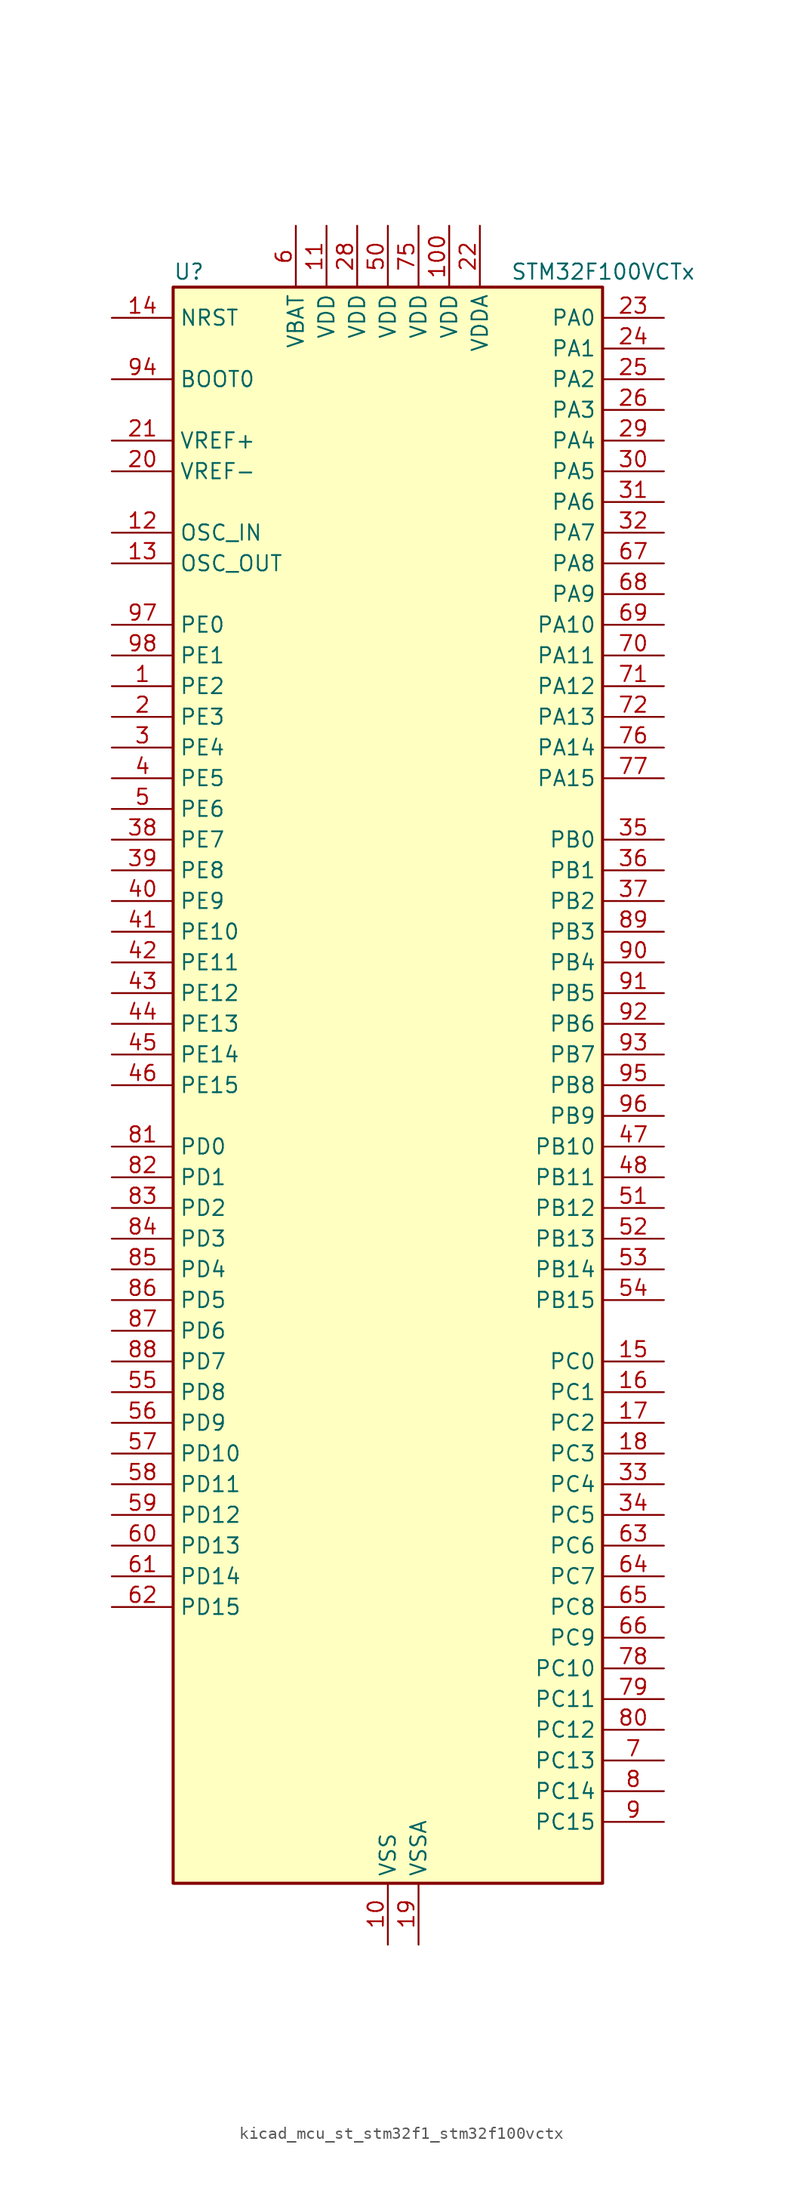
<source format=kicad_sym>
(kicad_symbol_lib
  (version 20220914)
  (generator kicad_symbol_editor)
  (symbol "kicad_mcu_st_stm32f1_stm32f100vctx"
    (property "Reference" "U"
      (at -17.78 67.31 0)
      (effects (font (size 1.27 1.27)) (justify left)))
    (property "Value" "STM32F100VCTx"
      (at 10.16 67.31 0)
      (effects (font (size 1.27 1.27)) (justify left)))
    (property "ki_locked" ""
      (at 0 0 0)
      (effects (font (size 1.27 1.27))))
    (symbol "kicad_mcu_st_stm32f1_stm32f100vctx_0_1"
      (rectangle (start -17.78 -66.04) (end 17.78 66.04) (stroke (width 0.254) (type default)) (fill (type background))))
    (symbol "kicad_mcu_st_stm32f1_stm32f100vctx_1_1"
      (pin bidirectional line (at -22.86 33.02 0) (length 5.08) (name "PE2" (effects (font (size 1.27 1.27)))) (number "1" (effects (font (size 1.27 1.27)))) (alternate "FSMC_A23" bidirectional line) (alternate "SYS_TRACECLK" bidirectional line))
      (pin power_in line (at 0 -71.12 90) (length 5.08) (name "VSS" (effects (font (size 1.27 1.27)))) (number "10" (effects (font (size 1.27 1.27)))))
      (pin power_in line (at 5.08 71.12 270) (length 5.08) (name "VDD" (effects (font (size 1.27 1.27)))) (number "100" (effects (font (size 1.27 1.27)))))
      (pin power_in line (at -5.08 71.12 270) (length 5.08) (name "VDD" (effects (font (size 1.27 1.27)))) (number "11" (effects (font (size 1.27 1.27)))))
      (pin input line (at -22.86 45.72 0) (length 5.08) (name "OSC_IN" (effects (font (size 1.27 1.27)))) (number "12" (effects (font (size 1.27 1.27)))) (alternate "RCC_OSC_IN" bidirectional line))
      (pin input line (at -22.86 43.18 0) (length 5.08) (name "OSC_OUT" (effects (font (size 1.27 1.27)))) (number "13" (effects (font (size 1.27 1.27)))) (alternate "RCC_OSC_OUT" bidirectional line))
      (pin input line (at -22.86 63.5 0) (length 5.08) (name "NRST" (effects (font (size 1.27 1.27)))) (number "14" (effects (font (size 1.27 1.27)))))
      (pin bidirectional line (at 22.86 -22.86 180) (length 5.08) (name "PC0" (effects (font (size 1.27 1.27)))) (number "15" (effects (font (size 1.27 1.27)))) (alternate "ADC1_IN10" bidirectional line))
      (pin bidirectional line (at 22.86 -25.4 180) (length 5.08) (name "PC1" (effects (font (size 1.27 1.27)))) (number "16" (effects (font (size 1.27 1.27)))) (alternate "ADC1_IN11" bidirectional line))
      (pin bidirectional line (at 22.86 -27.94 180) (length 5.08) (name "PC2" (effects (font (size 1.27 1.27)))) (number "17" (effects (font (size 1.27 1.27)))) (alternate "ADC1_IN12" bidirectional line))
      (pin bidirectional line (at 22.86 -30.48 180) (length 5.08) (name "PC3" (effects (font (size 1.27 1.27)))) (number "18" (effects (font (size 1.27 1.27)))) (alternate "ADC1_IN13" bidirectional line))
      (pin power_in line (at 2.54 -71.12 90) (length 5.08) (name "VSSA" (effects (font (size 1.27 1.27)))) (number "19" (effects (font (size 1.27 1.27)))))
      (pin bidirectional line (at -22.86 30.48 0) (length 5.08) (name "PE3" (effects (font (size 1.27 1.27)))) (number "2" (effects (font (size 1.27 1.27)))) (alternate "FSMC_A19" bidirectional line) (alternate "SYS_TRACED0" bidirectional line))
      (pin input line (at -22.86 50.8 0) (length 5.08) (name "VREF-" (effects (font (size 1.27 1.27)))) (number "20" (effects (font (size 1.27 1.27)))))
      (pin input line (at -22.86 53.34 0) (length 5.08) (name "VREF+" (effects (font (size 1.27 1.27)))) (number "21" (effects (font (size 1.27 1.27)))))
      (pin power_in line (at 7.62 71.12 270) (length 5.08) (name "VDDA" (effects (font (size 1.27 1.27)))) (number "22" (effects (font (size 1.27 1.27)))))
      (pin bidirectional line (at 22.86 63.5 180) (length 5.08) (name "PA0" (effects (font (size 1.27 1.27)))) (number "23" (effects (font (size 1.27 1.27)))) (alternate "ADC1_IN0" bidirectional line) (alternate "SYS_WKUP" bidirectional line) (alternate "TIM2_CH1" bidirectional line) (alternate "TIM2_ETR" bidirectional line) (alternate "TIM5_CH1" bidirectional line) (alternate "USART2_CTS" bidirectional line))
      (pin bidirectional line (at 22.86 60.96 180) (length 5.08) (name "PA1" (effects (font (size 1.27 1.27)))) (number "24" (effects (font (size 1.27 1.27)))) (alternate "ADC1_IN1" bidirectional line) (alternate "TIM2_CH2" bidirectional line) (alternate "TIM5_CH2" bidirectional line) (alternate "USART2_RTS" bidirectional line))
      (pin bidirectional line (at 22.86 58.42 180) (length 5.08) (name "PA2" (effects (font (size 1.27 1.27)))) (number "25" (effects (font (size 1.27 1.27)))) (alternate "ADC1_IN2" bidirectional line) (alternate "TIM15_CH1" bidirectional line) (alternate "TIM2_CH3" bidirectional line) (alternate "TIM5_CH3" bidirectional line) (alternate "USART2_TX" bidirectional line))
      (pin bidirectional line (at 22.86 55.88 180) (length 5.08) (name "PA3" (effects (font (size 1.27 1.27)))) (number "26" (effects (font (size 1.27 1.27)))) (alternate "ADC1_IN3" bidirectional line) (alternate "TIM15_CH2" bidirectional line) (alternate "TIM2_CH4" bidirectional line) (alternate "TIM5_CH4" bidirectional line) (alternate "USART2_RX" bidirectional line))
      (pin passive line (at 0 -71.12 90) (length 5.08) hide (name "VSS" (effects (font (size 1.27 1.27)))) (number "27" (effects (font (size 1.27 1.27)))))
      (pin power_in line (at -2.54 71.12 270) (length 5.08) (name "VDD" (effects (font (size 1.27 1.27)))) (number "28" (effects (font (size 1.27 1.27)))))
      (pin bidirectional line (at 22.86 53.34 180) (length 5.08) (name "PA4" (effects (font (size 1.27 1.27)))) (number "29" (effects (font (size 1.27 1.27)))) (alternate "ADC1_IN4" bidirectional line) (alternate "DAC_OUT1" bidirectional line) (alternate "SPI1_NSS" bidirectional line) (alternate "USART2_CK" bidirectional line))
      (pin bidirectional line (at -22.86 27.94 0) (length 5.08) (name "PE4" (effects (font (size 1.27 1.27)))) (number "3" (effects (font (size 1.27 1.27)))) (alternate "FSMC_A20" bidirectional line) (alternate "SYS_TRACED1" bidirectional line))
      (pin bidirectional line (at 22.86 50.8 180) (length 5.08) (name "PA5" (effects (font (size 1.27 1.27)))) (number "30" (effects (font (size 1.27 1.27)))) (alternate "ADC1_IN5" bidirectional line) (alternate "DAC_OUT2" bidirectional line) (alternate "SPI1_SCK" bidirectional line))
      (pin bidirectional line (at 22.86 48.26 180) (length 5.08) (name "PA6" (effects (font (size 1.27 1.27)))) (number "31" (effects (font (size 1.27 1.27)))) (alternate "ADC1_IN6" bidirectional line) (alternate "SPI1_MISO" bidirectional line) (alternate "TIM16_CH1" bidirectional line) (alternate "TIM1_BKIN" bidirectional line) (alternate "TIM3_CH1" bidirectional line))
      (pin bidirectional line (at 22.86 45.72 180) (length 5.08) (name "PA7" (effects (font (size 1.27 1.27)))) (number "32" (effects (font (size 1.27 1.27)))) (alternate "ADC1_IN7" bidirectional line) (alternate "SPI1_MOSI" bidirectional line) (alternate "TIM17_CH1" bidirectional line) (alternate "TIM1_CH1N" bidirectional line) (alternate "TIM3_CH2" bidirectional line))
      (pin bidirectional line (at 22.86 -33.02 180) (length 5.08) (name "PC4" (effects (font (size 1.27 1.27)))) (number "33" (effects (font (size 1.27 1.27)))) (alternate "ADC1_IN14" bidirectional line) (alternate "TIM12_CH1" bidirectional line))
      (pin bidirectional line (at 22.86 -35.56 180) (length 5.08) (name "PC5" (effects (font (size 1.27 1.27)))) (number "34" (effects (font (size 1.27 1.27)))) (alternate "ADC1_IN15" bidirectional line) (alternate "TIM12_CH2" bidirectional line))
      (pin bidirectional line (at 22.86 20.32 180) (length 5.08) (name "PB0" (effects (font (size 1.27 1.27)))) (number "35" (effects (font (size 1.27 1.27)))) (alternate "ADC1_IN8" bidirectional line) (alternate "TIM13_CH1" bidirectional line) (alternate "TIM1_CH2N" bidirectional line) (alternate "TIM3_CH3" bidirectional line))
      (pin bidirectional line (at 22.86 17.78 180) (length 5.08) (name "PB1" (effects (font (size 1.27 1.27)))) (number "36" (effects (font (size 1.27 1.27)))) (alternate "ADC1_IN9" bidirectional line) (alternate "TIM14_CH1" bidirectional line) (alternate "TIM1_CH3N" bidirectional line) (alternate "TIM3_CH4" bidirectional line))
      (pin bidirectional line (at 22.86 15.24 180) (length 5.08) (name "PB2" (effects (font (size 1.27 1.27)))) (number "37" (effects (font (size 1.27 1.27)))))
      (pin bidirectional line (at -22.86 20.32 0) (length 5.08) (name "PE7" (effects (font (size 1.27 1.27)))) (number "38" (effects (font (size 1.27 1.27)))) (alternate "FSMC_D4" bidirectional line) (alternate "FSMC_DA4" bidirectional line) (alternate "TIM1_ETR" bidirectional line))
      (pin bidirectional line (at -22.86 17.78 0) (length 5.08) (name "PE8" (effects (font (size 1.27 1.27)))) (number "39" (effects (font (size 1.27 1.27)))) (alternate "FSMC_D5" bidirectional line) (alternate "FSMC_DA5" bidirectional line) (alternate "TIM1_CH1N" bidirectional line))
      (pin bidirectional line (at -22.86 25.4 0) (length 5.08) (name "PE5" (effects (font (size 1.27 1.27)))) (number "4" (effects (font (size 1.27 1.27)))) (alternate "FSMC_A21" bidirectional line) (alternate "SYS_TRACED2" bidirectional line))
      (pin bidirectional line (at -22.86 15.24 0) (length 5.08) (name "PE9" (effects (font (size 1.27 1.27)))) (number "40" (effects (font (size 1.27 1.27)))) (alternate "DAC_EXTI9" bidirectional line) (alternate "FSMC_D6" bidirectional line) (alternate "FSMC_DA6" bidirectional line) (alternate "TIM1_CH1" bidirectional line))
      (pin bidirectional line (at -22.86 12.7 0) (length 5.08) (name "PE10" (effects (font (size 1.27 1.27)))) (number "41" (effects (font (size 1.27 1.27)))) (alternate "FSMC_D7" bidirectional line) (alternate "FSMC_DA7" bidirectional line) (alternate "TIM1_CH2N" bidirectional line))
      (pin bidirectional line (at -22.86 10.16 0) (length 5.08) (name "PE11" (effects (font (size 1.27 1.27)))) (number "42" (effects (font (size 1.27 1.27)))) (alternate "ADC1_EXTI11" bidirectional line) (alternate "FSMC_D8" bidirectional line) (alternate "FSMC_DA8" bidirectional line) (alternate "TIM1_CH2" bidirectional line))
      (pin bidirectional line (at -22.86 7.62 0) (length 5.08) (name "PE12" (effects (font (size 1.27 1.27)))) (number "43" (effects (font (size 1.27 1.27)))) (alternate "FSMC_D9" bidirectional line) (alternate "FSMC_DA9" bidirectional line) (alternate "TIM1_CH3N" bidirectional line))
      (pin bidirectional line (at -22.86 5.08 0) (length 5.08) (name "PE13" (effects (font (size 1.27 1.27)))) (number "44" (effects (font (size 1.27 1.27)))) (alternate "FSMC_D10" bidirectional line) (alternate "FSMC_DA10" bidirectional line) (alternate "TIM1_CH3" bidirectional line))
      (pin bidirectional line (at -22.86 2.54 0) (length 5.08) (name "PE14" (effects (font (size 1.27 1.27)))) (number "45" (effects (font (size 1.27 1.27)))) (alternate "FSMC_D11" bidirectional line) (alternate "FSMC_DA11" bidirectional line) (alternate "TIM1_CH4" bidirectional line))
      (pin bidirectional line (at -22.86 0 0) (length 5.08) (name "PE15" (effects (font (size 1.27 1.27)))) (number "46" (effects (font (size 1.27 1.27)))) (alternate "ADC1_EXTI15" bidirectional line) (alternate "FSMC_D12" bidirectional line) (alternate "FSMC_DA12" bidirectional line) (alternate "TIM1_BKIN" bidirectional line))
      (pin bidirectional line (at 22.86 -5.08 180) (length 5.08) (name "PB10" (effects (font (size 1.27 1.27)))) (number "47" (effects (font (size 1.27 1.27)))) (alternate "CEC" bidirectional line) (alternate "I2C2_SCL" bidirectional line) (alternate "TIM2_CH3" bidirectional line) (alternate "USART3_TX" bidirectional line))
      (pin bidirectional line (at 22.86 -7.62 180) (length 5.08) (name "PB11" (effects (font (size 1.27 1.27)))) (number "48" (effects (font (size 1.27 1.27)))) (alternate "ADC1_EXTI11" bidirectional line) (alternate "I2C2_SDA" bidirectional line) (alternate "TIM2_CH4" bidirectional line) (alternate "USART3_RX" bidirectional line))
      (pin passive line (at 0 -71.12 90) (length 5.08) hide (name "VSS" (effects (font (size 1.27 1.27)))) (number "49" (effects (font (size 1.27 1.27)))))
      (pin bidirectional line (at -22.86 22.86 0) (length 5.08) (name "PE6" (effects (font (size 1.27 1.27)))) (number "5" (effects (font (size 1.27 1.27)))) (alternate "FSMC_A22" bidirectional line) (alternate "SYS_TRACED3" bidirectional line))
      (pin power_in line (at 0 71.12 270) (length 5.08) (name "VDD" (effects (font (size 1.27 1.27)))) (number "50" (effects (font (size 1.27 1.27)))))
      (pin bidirectional line (at 22.86 -10.16 180) (length 5.08) (name "PB12" (effects (font (size 1.27 1.27)))) (number "51" (effects (font (size 1.27 1.27)))) (alternate "I2C2_SMBA" bidirectional line) (alternate "SPI2_NSS" bidirectional line) (alternate "TIM12_CH1" bidirectional line) (alternate "TIM1_BKIN" bidirectional line) (alternate "USART3_CK" bidirectional line))
      (pin bidirectional line (at 22.86 -12.7 180) (length 5.08) (name "PB13" (effects (font (size 1.27 1.27)))) (number "52" (effects (font (size 1.27 1.27)))) (alternate "SPI2_SCK" bidirectional line) (alternate "TIM12_CH2" bidirectional line) (alternate "TIM1_CH1N" bidirectional line) (alternate "USART3_CTS" bidirectional line))
      (pin bidirectional line (at 22.86 -15.24 180) (length 5.08) (name "PB14" (effects (font (size 1.27 1.27)))) (number "53" (effects (font (size 1.27 1.27)))) (alternate "SPI2_MISO" bidirectional line) (alternate "TIM15_CH1" bidirectional line) (alternate "TIM1_CH2N" bidirectional line) (alternate "USART3_RTS" bidirectional line))
      (pin bidirectional line (at 22.86 -17.78 180) (length 5.08) (name "PB15" (effects (font (size 1.27 1.27)))) (number "54" (effects (font (size 1.27 1.27)))) (alternate "ADC1_EXTI15" bidirectional line) (alternate "SPI2_MOSI" bidirectional line) (alternate "TIM15_CH1N" bidirectional line) (alternate "TIM15_CH2" bidirectional line) (alternate "TIM1_CH3N" bidirectional line))
      (pin bidirectional line (at -22.86 -25.4 0) (length 5.08) (name "PD8" (effects (font (size 1.27 1.27)))) (number "55" (effects (font (size 1.27 1.27)))) (alternate "FSMC_D13" bidirectional line) (alternate "FSMC_DA13" bidirectional line) (alternate "USART3_TX" bidirectional line))
      (pin bidirectional line (at -22.86 -27.94 0) (length 5.08) (name "PD9" (effects (font (size 1.27 1.27)))) (number "56" (effects (font (size 1.27 1.27)))) (alternate "DAC_EXTI9" bidirectional line) (alternate "FSMC_D14" bidirectional line) (alternate "FSMC_DA14" bidirectional line) (alternate "USART3_RX" bidirectional line))
      (pin bidirectional line (at -22.86 -30.48 0) (length 5.08) (name "PD10" (effects (font (size 1.27 1.27)))) (number "57" (effects (font (size 1.27 1.27)))) (alternate "FSMC_D15" bidirectional line) (alternate "FSMC_DA15" bidirectional line) (alternate "USART3_CK" bidirectional line))
      (pin bidirectional line (at -22.86 -33.02 0) (length 5.08) (name "PD11" (effects (font (size 1.27 1.27)))) (number "58" (effects (font (size 1.27 1.27)))) (alternate "ADC1_EXTI11" bidirectional line) (alternate "FSMC_A16" bidirectional line) (alternate "USART3_CTS" bidirectional line))
      (pin bidirectional line (at -22.86 -35.56 0) (length 5.08) (name "PD12" (effects (font (size 1.27 1.27)))) (number "59" (effects (font (size 1.27 1.27)))) (alternate "FSMC_A17" bidirectional line) (alternate "TIM4_CH1" bidirectional line) (alternate "USART3_RTS" bidirectional line))
      (pin power_in line (at -7.62 71.12 270) (length 5.08) (name "VBAT" (effects (font (size 1.27 1.27)))) (number "6" (effects (font (size 1.27 1.27)))))
      (pin bidirectional line (at -22.86 -38.1 0) (length 5.08) (name "PD13" (effects (font (size 1.27 1.27)))) (number "60" (effects (font (size 1.27 1.27)))) (alternate "FSMC_A18" bidirectional line) (alternate "TIM4_CH2" bidirectional line))
      (pin bidirectional line (at -22.86 -40.64 0) (length 5.08) (name "PD14" (effects (font (size 1.27 1.27)))) (number "61" (effects (font (size 1.27 1.27)))) (alternate "FSMC_D0" bidirectional line) (alternate "FSMC_DA0" bidirectional line) (alternate "TIM4_CH3" bidirectional line))
      (pin bidirectional line (at -22.86 -43.18 0) (length 5.08) (name "PD15" (effects (font (size 1.27 1.27)))) (number "62" (effects (font (size 1.27 1.27)))) (alternate "ADC1_EXTI15" bidirectional line) (alternate "FSMC_D1" bidirectional line) (alternate "FSMC_DA1" bidirectional line) (alternate "TIM4_CH4" bidirectional line))
      (pin bidirectional line (at 22.86 -38.1 180) (length 5.08) (name "PC6" (effects (font (size 1.27 1.27)))) (number "63" (effects (font (size 1.27 1.27)))) (alternate "TIM3_CH1" bidirectional line))
      (pin bidirectional line (at 22.86 -40.64 180) (length 5.08) (name "PC7" (effects (font (size 1.27 1.27)))) (number "64" (effects (font (size 1.27 1.27)))) (alternate "TIM3_CH2" bidirectional line))
      (pin bidirectional line (at 22.86 -43.18 180) (length 5.08) (name "PC8" (effects (font (size 1.27 1.27)))) (number "65" (effects (font (size 1.27 1.27)))) (alternate "TIM13_CH1" bidirectional line) (alternate "TIM3_CH3" bidirectional line))
      (pin bidirectional line (at 22.86 -45.72 180) (length 5.08) (name "PC9" (effects (font (size 1.27 1.27)))) (number "66" (effects (font (size 1.27 1.27)))) (alternate "DAC_EXTI9" bidirectional line) (alternate "TIM14_CH1" bidirectional line) (alternate "TIM3_CH4" bidirectional line))
      (pin bidirectional line (at 22.86 43.18 180) (length 5.08) (name "PA8" (effects (font (size 1.27 1.27)))) (number "67" (effects (font (size 1.27 1.27)))) (alternate "RCC_MCO" bidirectional line) (alternate "TIM1_CH1" bidirectional line) (alternate "USART1_CK" bidirectional line))
      (pin bidirectional line (at 22.86 40.64 180) (length 5.08) (name "PA9" (effects (font (size 1.27 1.27)))) (number "68" (effects (font (size 1.27 1.27)))) (alternate "DAC_EXTI9" bidirectional line) (alternate "TIM15_BKIN" bidirectional line) (alternate "TIM1_CH2" bidirectional line) (alternate "USART1_TX" bidirectional line))
      (pin bidirectional line (at 22.86 38.1 180) (length 5.08) (name "PA10" (effects (font (size 1.27 1.27)))) (number "69" (effects (font (size 1.27 1.27)))) (alternate "TIM17_BKIN" bidirectional line) (alternate "TIM1_CH3" bidirectional line) (alternate "USART1_RX" bidirectional line))
      (pin bidirectional line (at 22.86 -55.88 180) (length 5.08) (name "PC13" (effects (font (size 1.27 1.27)))) (number "7" (effects (font (size 1.27 1.27)))) (alternate "RTC_OUT" bidirectional line) (alternate "RTC_TAMPER" bidirectional line))
      (pin bidirectional line (at 22.86 35.56 180) (length 5.08) (name "PA11" (effects (font (size 1.27 1.27)))) (number "70" (effects (font (size 1.27 1.27)))) (alternate "ADC1_EXTI11" bidirectional line) (alternate "TIM1_CH4" bidirectional line) (alternate "USART1_CTS" bidirectional line))
      (pin bidirectional line (at 22.86 33.02 180) (length 5.08) (name "PA12" (effects (font (size 1.27 1.27)))) (number "71" (effects (font (size 1.27 1.27)))) (alternate "TIM1_ETR" bidirectional line) (alternate "USART1_RTS" bidirectional line))
      (pin bidirectional line (at 22.86 30.48 180) (length 5.08) (name "PA13" (effects (font (size 1.27 1.27)))) (number "72" (effects (font (size 1.27 1.27)))) (alternate "SYS_JTMS-SWDIO" bidirectional line))
      (pin no_connect line (at -17.78 -66.04 0) (length 5.08) hide (name "NC" (effects (font (size 1.27 1.27)))) (number "73" (effects (font (size 1.27 1.27)))))
      (pin passive line (at 0 -71.12 90) (length 5.08) hide (name "VSS" (effects (font (size 1.27 1.27)))) (number "74" (effects (font (size 1.27 1.27)))))
      (pin power_in line (at 2.54 71.12 270) (length 5.08) (name "VDD" (effects (font (size 1.27 1.27)))) (number "75" (effects (font (size 1.27 1.27)))))
      (pin bidirectional line (at 22.86 27.94 180) (length 5.08) (name "PA14" (effects (font (size 1.27 1.27)))) (number "76" (effects (font (size 1.27 1.27)))) (alternate "SYS_JTCK-SWCLK" bidirectional line))
      (pin bidirectional line (at 22.86 25.4 180) (length 5.08) (name "PA15" (effects (font (size 1.27 1.27)))) (number "77" (effects (font (size 1.27 1.27)))) (alternate "ADC1_EXTI15" bidirectional line) (alternate "SPI1_NSS" bidirectional line) (alternate "SPI3_NSS" bidirectional line) (alternate "SYS_JTDI" bidirectional line) (alternate "TIM2_CH1" bidirectional line) (alternate "TIM2_ETR" bidirectional line))
      (pin bidirectional line (at 22.86 -48.26 180) (length 5.08) (name "PC10" (effects (font (size 1.27 1.27)))) (number "78" (effects (font (size 1.27 1.27)))) (alternate "UART4_TX" bidirectional line) (alternate "USART3_TX" bidirectional line))
      (pin bidirectional line (at 22.86 -50.8 180) (length 5.08) (name "PC11" (effects (font (size 1.27 1.27)))) (number "79" (effects (font (size 1.27 1.27)))) (alternate "ADC1_EXTI11" bidirectional line) (alternate "UART4_RX" bidirectional line) (alternate "USART3_RX" bidirectional line))
      (pin bidirectional line (at 22.86 -58.42 180) (length 5.08) (name "PC14" (effects (font (size 1.27 1.27)))) (number "8" (effects (font (size 1.27 1.27)))) (alternate "RCC_OSC32_IN" bidirectional line))
      (pin bidirectional line (at 22.86 -53.34 180) (length 5.08) (name "PC12" (effects (font (size 1.27 1.27)))) (number "80" (effects (font (size 1.27 1.27)))) (alternate "UART5_TX" bidirectional line) (alternate "USART3_CK" bidirectional line))
      (pin bidirectional line (at -22.86 -5.08 0) (length 5.08) (name "PD0" (effects (font (size 1.27 1.27)))) (number "81" (effects (font (size 1.27 1.27)))) (alternate "FSMC_D2" bidirectional line) (alternate "FSMC_DA2" bidirectional line))
      (pin bidirectional line (at -22.86 -7.62 0) (length 5.08) (name "PD1" (effects (font (size 1.27 1.27)))) (number "82" (effects (font (size 1.27 1.27)))) (alternate "FSMC_D3" bidirectional line) (alternate "FSMC_DA3" bidirectional line))
      (pin bidirectional line (at -22.86 -10.16 0) (length 5.08) (name "PD2" (effects (font (size 1.27 1.27)))) (number "83" (effects (font (size 1.27 1.27)))) (alternate "TIM3_ETR" bidirectional line) (alternate "UART5_RX" bidirectional line))
      (pin bidirectional line (at -22.86 -12.7 0) (length 5.08) (name "PD3" (effects (font (size 1.27 1.27)))) (number "84" (effects (font (size 1.27 1.27)))) (alternate "FSMC_CLK" bidirectional line) (alternate "USART2_CTS" bidirectional line))
      (pin bidirectional line (at -22.86 -15.24 0) (length 5.08) (name "PD4" (effects (font (size 1.27 1.27)))) (number "85" (effects (font (size 1.27 1.27)))) (alternate "FSMC_NOE" bidirectional line) (alternate "USART2_RTS" bidirectional line))
      (pin bidirectional line (at -22.86 -17.78 0) (length 5.08) (name "PD5" (effects (font (size 1.27 1.27)))) (number "86" (effects (font (size 1.27 1.27)))) (alternate "FSMC_NWE" bidirectional line) (alternate "USART2_TX" bidirectional line))
      (pin bidirectional line (at -22.86 -20.32 0) (length 5.08) (name "PD6" (effects (font (size 1.27 1.27)))) (number "87" (effects (font (size 1.27 1.27)))) (alternate "FSMC_NWAIT" bidirectional line) (alternate "USART2_RX" bidirectional line))
      (pin bidirectional line (at -22.86 -22.86 0) (length 5.08) (name "PD7" (effects (font (size 1.27 1.27)))) (number "88" (effects (font (size 1.27 1.27)))) (alternate "FSMC_NE1" bidirectional line) (alternate "USART2_CK" bidirectional line))
      (pin bidirectional line (at 22.86 12.7 180) (length 5.08) (name "PB3" (effects (font (size 1.27 1.27)))) (number "89" (effects (font (size 1.27 1.27)))) (alternate "SPI1_SCK" bidirectional line) (alternate "SPI3_SCK" bidirectional line) (alternate "SYS_JTDO-TRACESWO" bidirectional line) (alternate "TIM2_CH2" bidirectional line))
      (pin bidirectional line (at 22.86 -60.96 180) (length 5.08) (name "PC15" (effects (font (size 1.27 1.27)))) (number "9" (effects (font (size 1.27 1.27)))) (alternate "ADC1_EXTI15" bidirectional line) (alternate "RCC_OSC32_OUT" bidirectional line))
      (pin bidirectional line (at 22.86 10.16 180) (length 5.08) (name "PB4" (effects (font (size 1.27 1.27)))) (number "90" (effects (font (size 1.27 1.27)))) (alternate "SPI1_MISO" bidirectional line) (alternate "SPI3_MISO" bidirectional line) (alternate "SYS_NJTRST" bidirectional line) (alternate "TIM3_CH1" bidirectional line))
      (pin bidirectional line (at 22.86 7.62 180) (length 5.08) (name "PB5" (effects (font (size 1.27 1.27)))) (number "91" (effects (font (size 1.27 1.27)))) (alternate "I2C1_SMBA" bidirectional line) (alternate "SPI1_MOSI" bidirectional line) (alternate "SPI3_MOSI" bidirectional line) (alternate "TIM16_BKIN" bidirectional line) (alternate "TIM3_CH2" bidirectional line))
      (pin bidirectional line (at 22.86 5.08 180) (length 5.08) (name "PB6" (effects (font (size 1.27 1.27)))) (number "92" (effects (font (size 1.27 1.27)))) (alternate "I2C1_SCL" bidirectional line) (alternate "TIM16_CH1N" bidirectional line) (alternate "TIM4_CH1" bidirectional line) (alternate "USART1_TX" bidirectional line))
      (pin bidirectional line (at 22.86 2.54 180) (length 5.08) (name "PB7" (effects (font (size 1.27 1.27)))) (number "93" (effects (font (size 1.27 1.27)))) (alternate "FSMC_NL" bidirectional line) (alternate "I2C1_SDA" bidirectional line) (alternate "TIM17_CH1N" bidirectional line) (alternate "TIM4_CH2" bidirectional line) (alternate "USART1_RX" bidirectional line))
      (pin input line (at -22.86 58.42 0) (length 5.08) (name "BOOT0" (effects (font (size 1.27 1.27)))) (number "94" (effects (font (size 1.27 1.27)))))
      (pin bidirectional line (at 22.86 0 180) (length 5.08) (name "PB8" (effects (font (size 1.27 1.27)))) (number "95" (effects (font (size 1.27 1.27)))) (alternate "CEC" bidirectional line) (alternate "I2C1_SCL" bidirectional line) (alternate "TIM16_CH1" bidirectional line) (alternate "TIM4_CH3" bidirectional line))
      (pin bidirectional line (at 22.86 -2.54 180) (length 5.08) (name "PB9" (effects (font (size 1.27 1.27)))) (number "96" (effects (font (size 1.27 1.27)))) (alternate "DAC_EXTI9" bidirectional line) (alternate "I2C1_SDA" bidirectional line) (alternate "TIM17_CH1" bidirectional line) (alternate "TIM4_CH4" bidirectional line))
      (pin bidirectional line (at -22.86 38.1 0) (length 5.08) (name "PE0" (effects (font (size 1.27 1.27)))) (number "97" (effects (font (size 1.27 1.27)))) (alternate "FSMC_NBL0" bidirectional line) (alternate "TIM4_ETR" bidirectional line))
      (pin bidirectional line (at -22.86 35.56 0) (length 5.08) (name "PE1" (effects (font (size 1.27 1.27)))) (number "98" (effects (font (size 1.27 1.27)))) (alternate "FSMC_NBL1" bidirectional line))
      (pin passive line (at 0 -71.12 90) (length 5.08) hide (name "VSS" (effects (font (size 1.27 1.27)))) (number "99" (effects (font (size 1.27 1.27))))))))
</source>
